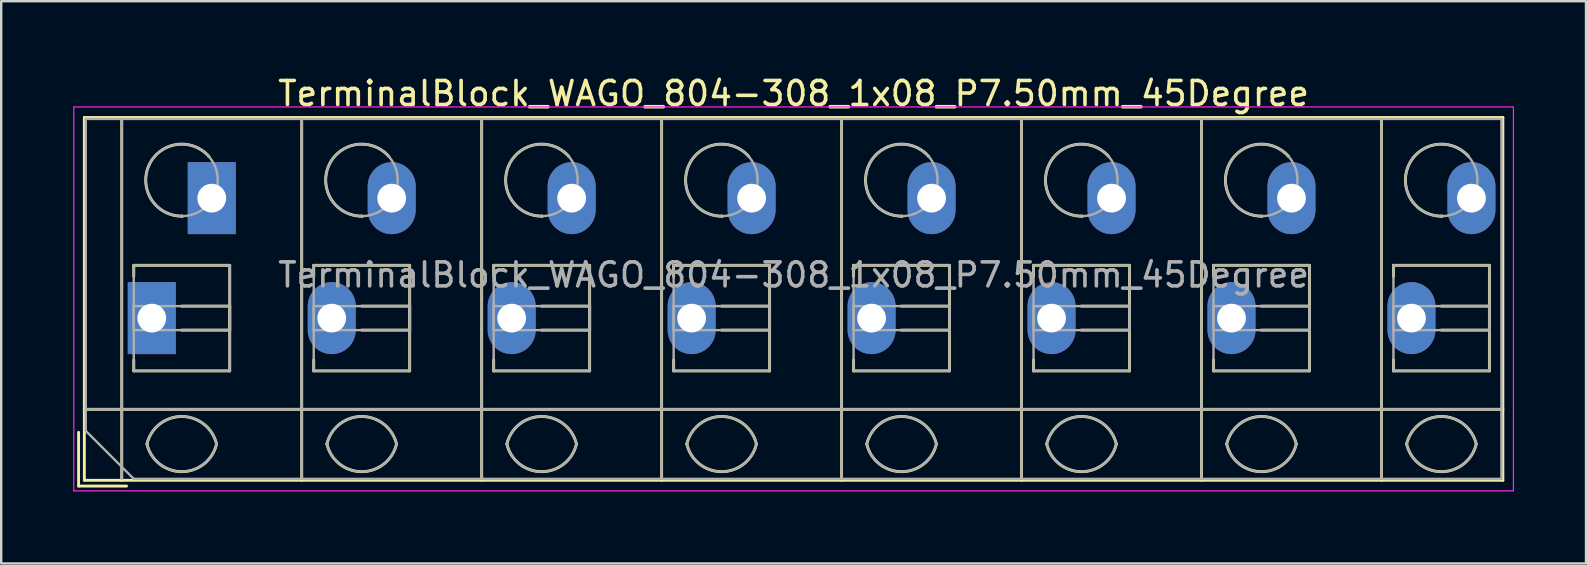
<source format=kicad_pcb>
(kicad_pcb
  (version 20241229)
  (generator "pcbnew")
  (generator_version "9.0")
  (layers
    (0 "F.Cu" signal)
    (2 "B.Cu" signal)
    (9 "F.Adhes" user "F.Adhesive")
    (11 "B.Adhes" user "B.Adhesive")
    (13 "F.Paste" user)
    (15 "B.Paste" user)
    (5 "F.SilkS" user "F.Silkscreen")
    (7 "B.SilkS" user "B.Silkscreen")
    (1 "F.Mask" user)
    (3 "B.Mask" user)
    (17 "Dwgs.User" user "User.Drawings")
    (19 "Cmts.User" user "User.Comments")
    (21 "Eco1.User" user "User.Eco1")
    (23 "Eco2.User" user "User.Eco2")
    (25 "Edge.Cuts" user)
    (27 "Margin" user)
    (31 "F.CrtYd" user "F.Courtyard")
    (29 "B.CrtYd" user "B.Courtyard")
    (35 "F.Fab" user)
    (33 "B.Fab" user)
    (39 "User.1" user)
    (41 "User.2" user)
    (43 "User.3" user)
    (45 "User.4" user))
  (footprint "TerminalBlock_WAGO_804-308_1x08_P7.50mm_45Degree"
    (layer "F.Cu")
    (at 3.275 10.208)
    (property "Reference" "TerminalBlock_WAGO_804-308_1x08_P7.50mm_45Degree" (at 26.75 -9.36 0) (layer "F.SilkS") (effects (font (size 1 1) (thickness 0.15))))
    (attr through_hole)
    (fp_line (start -3.05 4.76) (end -3.05 7) (stroke (width 0.12) (type solid)) (layer "F.SilkS"))
    (fp_line (start -3.05 7) (end -1.05 7) (stroke (width 0.12) (type solid)) (layer "F.SilkS"))
    (fp_line (start -2.81 -8.361) (end -2.81 6.76) (stroke (width 0.12) (type solid)) (layer "F.SilkS"))
    (fp_line (start -2.81 -8.361) (end 56.31 -8.361) (stroke (width 0.12) (type solid)) (layer "F.SilkS"))
    (fp_line (start -2.81 3.8) (end 56.31 3.8) (stroke (width 0.12) (type solid)) (layer "F.SilkS"))
    (fp_line (start -2.81 6.76) (end 56.31 6.76) (stroke (width 0.12) (type solid)) (layer "F.SilkS"))
    (fp_line (start -1.25 -8.361) (end -1.25 6.76) (stroke (width 0.12) (type solid)) (layer "F.SilkS"))
    (fp_line (start -0.75 -2.2) (end -0.75 -1.74) (stroke (width 0.12) (type solid)) (layer "F.SilkS"))
    (fp_line (start -0.75 -2.2) (end 3.25 -2.2) (stroke (width 0.12) (type solid)) (layer "F.SilkS"))
    (fp_line (start -0.75 1.74) (end -0.75 2.2) (stroke (width 0.12) (type solid)) (layer "F.SilkS"))
    (fp_line (start -0.75 2.2) (end 3.25 2.2) (stroke (width 0.12) (type solid)) (layer "F.SilkS"))
    (fp_line (start 1.24 -0.5) (end 3.25 -0.5) (stroke (width 0.12) (type solid)) (layer "F.SilkS"))
    (fp_line (start 1.24 0.5) (end 3.25 0.5) (stroke (width 0.12) (type solid)) (layer "F.SilkS"))
    (fp_line (start 3.25 -2.2) (end 3.25 2.2) (stroke (width 0.12) (type solid)) (layer "F.SilkS"))
    (fp_line (start 3.25 -0.5) (end 3.25 0.5) (stroke (width 0.12) (type solid)) (layer "F.SilkS"))
    (fp_line (start 6.25 -8.361) (end 6.25 6.76) (stroke (width 0.12) (type solid)) (layer "F.SilkS"))
    (fp_line (start 6.75 -2.2) (end 6.75 -1.74) (stroke (width 0.12) (type solid)) (layer "F.SilkS"))
    (fp_line (start 6.75 -2.2) (end 10.75 -2.2) (stroke (width 0.12) (type solid)) (layer "F.SilkS"))
    (fp_line (start 6.75 1.74) (end 6.75 2.2) (stroke (width 0.12) (type solid)) (layer "F.SilkS"))
    (fp_line (start 6.75 2.2) (end 10.75 2.2) (stroke (width 0.12) (type solid)) (layer "F.SilkS"))
    (fp_line (start 8.74 -0.5) (end 10.75 -0.5) (stroke (width 0.12) (type solid)) (layer "F.SilkS"))
    (fp_line (start 8.74 0.5) (end 10.75 0.5) (stroke (width 0.12) (type solid)) (layer "F.SilkS"))
    (fp_line (start 10.75 -2.2) (end 10.75 2.2) (stroke (width 0.12) (type solid)) (layer "F.SilkS"))
    (fp_line (start 10.75 -0.5) (end 10.75 0.5) (stroke (width 0.12) (type solid)) (layer "F.SilkS"))
    (fp_line (start 13.75 -8.361) (end 13.75 6.76) (stroke (width 0.12) (type solid)) (layer "F.SilkS"))
    (fp_line (start 14.25 -2.2) (end 14.25 -1.74) (stroke (width 0.12) (type solid)) (layer "F.SilkS"))
    (fp_line (start 14.25 -2.2) (end 18.25 -2.2) (stroke (width 0.12) (type solid)) (layer "F.SilkS"))
    (fp_line (start 14.25 1.74) (end 14.25 2.2) (stroke (width 0.12) (type solid)) (layer "F.SilkS"))
    (fp_line (start 14.25 2.2) (end 18.25 2.2) (stroke (width 0.12) (type solid)) (layer "F.SilkS"))
    (fp_line (start 16.24 -0.5) (end 18.25 -0.5) (stroke (width 0.12) (type solid)) (layer "F.SilkS"))
    (fp_line (start 16.24 0.5) (end 18.25 0.5) (stroke (width 0.12) (type solid)) (layer "F.SilkS"))
    (fp_line (start 18.25 -2.2) (end 18.25 2.2) (stroke (width 0.12) (type solid)) (layer "F.SilkS"))
    (fp_line (start 18.25 -0.5) (end 18.25 0.5) (stroke (width 0.12) (type solid)) (layer "F.SilkS"))
    (fp_line (start 21.25 -8.361) (end 21.25 6.76) (stroke (width 0.12) (type solid)) (layer "F.SilkS"))
    (fp_line (start 21.75 -2.2) (end 21.75 -1.74) (stroke (width 0.12) (type solid)) (layer "F.SilkS"))
    (fp_line (start 21.75 -2.2) (end 25.75 -2.2) (stroke (width 0.12) (type solid)) (layer "F.SilkS"))
    (fp_line (start 21.75 1.74) (end 21.75 2.2) (stroke (width 0.12) (type solid)) (layer "F.SilkS"))
    (fp_line (start 21.75 2.2) (end 25.75 2.2) (stroke (width 0.12) (type solid)) (layer "F.SilkS"))
    (fp_line (start 23.74 -0.5) (end 25.75 -0.5) (stroke (width 0.12) (type solid)) (layer "F.SilkS"))
    (fp_line (start 23.74 0.5) (end 25.75 0.5) (stroke (width 0.12) (type solid)) (layer "F.SilkS"))
    (fp_line (start 25.75 -2.2) (end 25.75 2.2) (stroke (width 0.12) (type solid)) (layer "F.SilkS"))
    (fp_line (start 25.75 -0.5) (end 25.75 0.5) (stroke (width 0.12) (type solid)) (layer "F.SilkS"))
    (fp_line (start 28.75 -8.361) (end 28.75 6.76) (stroke (width 0.12) (type solid)) (layer "F.SilkS"))
    (fp_line (start 29.25 -2.2) (end 29.25 -1.74) (stroke (width 0.12) (type solid)) (layer "F.SilkS"))
    (fp_line (start 29.25 -2.2) (end 33.25 -2.2) (stroke (width 0.12) (type solid)) (layer "F.SilkS"))
    (fp_line (start 29.25 1.74) (end 29.25 2.2) (stroke (width 0.12) (type solid)) (layer "F.SilkS"))
    (fp_line (start 29.25 2.2) (end 33.25 2.2) (stroke (width 0.12) (type solid)) (layer "F.SilkS"))
    (fp_line (start 31.24 -0.5) (end 33.25 -0.5) (stroke (width 0.12) (type solid)) (layer "F.SilkS"))
    (fp_line (start 31.24 0.5) (end 33.25 0.5) (stroke (width 0.12) (type solid)) (layer "F.SilkS"))
    (fp_line (start 33.25 -2.2) (end 33.25 2.2) (stroke (width 0.12) (type solid)) (layer "F.SilkS"))
    (fp_line (start 33.25 -0.5) (end 33.25 0.5) (stroke (width 0.12) (type solid)) (layer "F.SilkS"))
    (fp_line (start 36.25 -8.361) (end 36.25 6.76) (stroke (width 0.12) (type solid)) (layer "F.SilkS"))
    (fp_line (start 36.75 -2.2) (end 36.75 -1.74) (stroke (width 0.12) (type solid)) (layer "F.SilkS"))
    (fp_line (start 36.75 -2.2) (end 40.75 -2.2) (stroke (width 0.12) (type solid)) (layer "F.SilkS"))
    (fp_line (start 36.75 1.74) (end 36.75 2.2) (stroke (width 0.12) (type solid)) (layer "F.SilkS"))
    (fp_line (start 36.75 2.2) (end 40.75 2.2) (stroke (width 0.12) (type solid)) (layer "F.SilkS"))
    (fp_line (start 38.74 -0.5) (end 40.75 -0.5) (stroke (width 0.12) (type solid)) (layer "F.SilkS"))
    (fp_line (start 38.74 0.5) (end 40.75 0.5) (stroke (width 0.12) (type solid)) (layer "F.SilkS"))
    (fp_line (start 40.75 -2.2) (end 40.75 2.2) (stroke (width 0.12) (type solid)) (layer "F.SilkS"))
    (fp_line (start 40.75 -0.5) (end 40.75 0.5) (stroke (width 0.12) (type solid)) (layer "F.SilkS"))
    (fp_line (start 43.75 -8.361) (end 43.75 6.76) (stroke (width 0.12) (type solid)) (layer "F.SilkS"))
    (fp_line (start 44.25 -2.2) (end 44.25 -1.74) (stroke (width 0.12) (type solid)) (layer "F.SilkS"))
    (fp_line (start 44.25 -2.2) (end 48.25 -2.2) (stroke (width 0.12) (type solid)) (layer "F.SilkS"))
    (fp_line (start 44.25 1.74) (end 44.25 2.2) (stroke (width 0.12) (type solid)) (layer "F.SilkS"))
    (fp_line (start 44.25 2.2) (end 48.25 2.2) (stroke (width 0.12) (type solid)) (layer "F.SilkS"))
    (fp_line (start 46.24 -0.5) (end 48.25 -0.5) (stroke (width 0.12) (type solid)) (layer "F.SilkS"))
    (fp_line (start 46.24 0.5) (end 48.25 0.5) (stroke (width 0.12) (type solid)) (layer "F.SilkS"))
    (fp_line (start 48.25 -2.2) (end 48.25 2.2) (stroke (width 0.12) (type solid)) (layer "F.SilkS"))
    (fp_line (start 48.25 -0.5) (end 48.25 0.5) (stroke (width 0.12) (type solid)) (layer "F.SilkS"))
    (fp_line (start 51.25 -8.361) (end 51.25 6.76) (stroke (width 0.12) (type solid)) (layer "F.SilkS"))
    (fp_line (start 51.75 -2.2) (end 51.75 -1.74) (stroke (width 0.12) (type solid)) (layer "F.SilkS"))
    (fp_line (start 51.75 -2.2) (end 55.75 -2.2) (stroke (width 0.12) (type solid)) (layer "F.SilkS"))
    (fp_line (start 51.75 1.74) (end 51.75 2.2) (stroke (width 0.12) (type solid)) (layer "F.SilkS"))
    (fp_line (start 51.75 2.2) (end 55.75 2.2) (stroke (width 0.12) (type solid)) (layer "F.SilkS"))
    (fp_line (start 53.74 -0.5) (end 55.75 -0.5) (stroke (width 0.12) (type solid)) (layer "F.SilkS"))
    (fp_line (start 53.74 0.5) (end 55.75 0.5) (stroke (width 0.12) (type solid)) (layer "F.SilkS"))
    (fp_line (start 55.75 -2.2) (end 55.75 2.2) (stroke (width 0.12) (type solid)) (layer "F.SilkS"))
    (fp_line (start 55.75 -0.5) (end 55.75 0.5) (stroke (width 0.12) (type solid)) (layer "F.SilkS"))
    (fp_line (start 56.31 -8.361) (end 56.31 6.76) (stroke (width 0.12) (type solid)) (layer "F.SilkS"))
    (fp_arc (start -0.200865 5.250424) (mid 1.250296 4.099926) (end 2.701 5.251) (stroke (width 0.12) (type solid)) (layer "F.SilkS"))
    (fp_arc (start 1.276179 -4.250228) (mid 1.26309 -4.250057) (end 1.25 -4.25) (stroke (width 0.12) (type solid)) (layer "F.SilkS"))
    (fp_arc (start 1.276275 -4.248926) (mid -0.121539 -6.360568) (end 2.383 -6.735) (stroke (width 0.12) (type solid)) (layer "F.SilkS"))
    (fp_arc (start 2.7 5.25) (mid 1.250068 6.400101) (end -0.199969 5.250133) (stroke (width 0.12) (type solid)) (layer "F.SilkS"))
    (fp_arc (start 7.299135 5.250424) (mid 8.750296 4.099926) (end 10.201 5.251) (stroke (width 0.12) (type solid)) (layer "F.SilkS"))
    (fp_arc (start 8.776179 -4.250228) (mid 8.76309 -4.250057) (end 8.75 -4.25) (stroke (width 0.12) (type solid)) (layer "F.SilkS"))
    (fp_arc (start 8.776275 -4.248926) (mid 7.378461 -6.360568) (end 9.883 -6.735) (stroke (width 0.12) (type solid)) (layer "F.SilkS"))
    (fp_arc (start 10.2 5.25) (mid 8.750068 6.400101) (end 7.300031 5.250133) (stroke (width 0.12) (type solid)) (layer "F.SilkS"))
    (fp_arc (start 14.799135 5.250424) (mid 16.250296 4.099926) (end 17.701 5.251) (stroke (width 0.12) (type solid)) (layer "F.SilkS"))
    (fp_arc (start 16.276179 -4.250228) (mid 16.26309 -4.250057) (end 16.25 -4.25) (stroke (width 0.12) (type solid)) (layer "F.SilkS"))
    (fp_arc (start 16.276275 -4.248926) (mid 14.878461 -6.360568) (end 17.383 -6.735) (stroke (width 0.12) (type solid)) (layer "F.SilkS"))
    (fp_arc (start 17.7 5.25) (mid 16.250068 6.400101) (end 14.800031 5.250133) (stroke (width 0.12) (type solid)) (layer "F.SilkS"))
    (fp_arc (start 22.299135 5.250424) (mid 23.750296 4.099926) (end 25.201 5.251) (stroke (width 0.12) (type solid)) (layer "F.SilkS"))
    (fp_arc (start 23.776179 -4.250228) (mid 23.76309 -4.250057) (end 23.75 -4.25) (stroke (width 0.12) (type solid)) (layer "F.SilkS"))
    (fp_arc (start 23.776275 -4.248926) (mid 22.378461 -6.360568) (end 24.883 -6.735) (stroke (width 0.12) (type solid)) (layer "F.SilkS"))
    (fp_arc (start 25.2 5.25) (mid 23.750068 6.400101) (end 22.300031 5.250133) (stroke (width 0.12) (type solid)) (layer "F.SilkS"))
    (fp_arc (start 29.799135 5.250424) (mid 31.250296 4.099926) (end 32.701 5.251) (stroke (width 0.12) (type solid)) (layer "F.SilkS"))
    (fp_arc (start 31.276179 -4.250228) (mid 31.26309 -4.250057) (end 31.25 -4.25) (stroke (width 0.12) (type solid)) (layer "F.SilkS"))
    (fp_arc (start 31.276275 -4.248926) (mid 29.878461 -6.360568) (end 32.383 -6.735) (stroke (width 0.12) (type solid)) (layer "F.SilkS"))
    (fp_arc (start 32.701 5.25) (mid 31.250296 6.401074) (end 29.799135 5.250576) (stroke (width 0.12) (type solid)) (layer "F.SilkS"))
    (fp_arc (start 37.299135 5.250424) (mid 38.750296 4.099926) (end 40.201 5.251) (stroke (width 0.12) (type solid)) (layer "F.SilkS"))
    (fp_arc (start 38.776179 -4.250228) (mid 38.76309 -4.250057) (end 38.75 -4.25) (stroke (width 0.12) (type solid)) (layer "F.SilkS"))
    (fp_arc (start 38.776275 -4.248926) (mid 37.378461 -6.360568) (end 39.883 -6.735) (stroke (width 0.12) (type solid)) (layer "F.SilkS"))
    (fp_arc (start 40.2 5.25) (mid 38.750068 6.400101) (end 37.300031 5.250133) (stroke (width 0.12) (type solid)) (layer "F.SilkS"))
    (fp_arc (start 44.799135 5.250424) (mid 46.250296 4.099926) (end 47.701 5.251) (stroke (width 0.12) (type solid)) (layer "F.SilkS"))
    (fp_arc (start 46.276179 -4.250228) (mid 46.26309 -4.250057) (end 46.25 -4.25) (stroke (width 0.12) (type solid)) (layer "F.SilkS"))
    (fp_arc (start 46.276275 -4.248926) (mid 44.878461 -6.360568) (end 47.383 -6.735) (stroke (width 0.12) (type solid)) (layer "F.SilkS"))
    (fp_arc (start 47.7 5.25) (mid 46.250068 6.400101) (end 44.800031 5.250133) (stroke (width 0.12) (type solid)) (layer "F.SilkS"))
    (fp_arc (start 52.299135 5.250424) (mid 53.750296 4.099926) (end 55.201 5.251) (stroke (width 0.12) (type solid)) (layer "F.SilkS"))
    (fp_arc (start 53.776179 -4.250228) (mid 53.76309 -4.250057) (end 53.75 -4.25) (stroke (width 0.12) (type solid)) (layer "F.SilkS"))
    (fp_arc (start 53.776275 -4.248926) (mid 52.378461 -6.360568) (end 54.883 -6.735) (stroke (width 0.12) (type solid)) (layer "F.SilkS"))
    (fp_arc (start 55.2 5.25) (mid 53.750068 6.400101) (end 52.300031 5.250133) (stroke (width 0.12) (type solid)) (layer "F.SilkS"))
    (fp_line (start -3.25 -8.8) (end -3.25 7.2) (stroke (width 0.05) (type solid)) (layer "F.CrtYd"))
    (fp_line (start -3.25 7.2) (end 56.75 7.2) (stroke (width 0.05) (type solid)) (layer "F.CrtYd"))
    (fp_line (start 56.75 -8.8) (end -3.25 -8.8) (stroke (width 0.05) (type solid)) (layer "F.CrtYd"))
    (fp_line (start 56.75 7.2) (end 56.75 -8.8) (stroke (width 0.05) (type solid)) (layer "F.CrtYd"))
    (fp_line (start -2.75 -8.3) (end 56.25 -8.3) (stroke (width 0.1) (type solid)) (layer "F.Fab"))
    (fp_line (start -2.75 3.8) (end 56.25 3.8) (stroke (width 0.1) (type solid)) (layer "F.Fab"))
    (fp_line (start -2.75 4.7) (end -2.75 -8.3) (stroke (width 0.1) (type solid)) (layer "F.Fab"))
    (fp_line (start -1.25 -8.3) (end -1.25 6.7) (stroke (width 0.1) (type solid)) (layer "F.Fab"))
    (fp_line (start -0.75 -2.2) (end -0.75 2.2) (stroke (width 0.1) (type solid)) (layer "F.Fab"))
    (fp_line (start -0.75 -0.5) (end -0.75 0.5) (stroke (width 0.1) (type solid)) (layer "F.Fab"))
    (fp_line (start -0.75 0.5) (end 3.25 0.5) (stroke (width 0.1) (type solid)) (layer "F.Fab"))
    (fp_line (start -0.75 2.2) (end 3.25 2.2) (stroke (width 0.1) (type solid)) (layer "F.Fab"))
    (fp_line (start -0.75 6.7) (end -2.75 4.7) (stroke (width 0.1) (type solid)) (layer "F.Fab"))
    (fp_line (start 3.25 -2.2) (end -0.75 -2.2) (stroke (width 0.1) (type solid)) (layer "F.Fab"))
    (fp_line (start 3.25 -0.5) (end -0.75 -0.5) (stroke (width 0.1) (type solid)) (layer "F.Fab"))
    (fp_line (start 3.25 0.5) (end 3.25 -0.5) (stroke (width 0.1) (type solid)) (layer "F.Fab"))
    (fp_line (start 3.25 2.2) (end 3.25 -2.2) (stroke (width 0.1) (type solid)) (layer "F.Fab"))
    (fp_line (start 6.25 -8.3) (end 6.25 6.7) (stroke (width 0.1) (type solid)) (layer "F.Fab"))
    (fp_line (start 6.75 -2.2) (end 6.75 2.2) (stroke (width 0.1) (type solid)) (layer "F.Fab"))
    (fp_line (start 6.75 -0.5) (end 6.75 0.5) (stroke (width 0.1) (type solid)) (layer "F.Fab"))
    (fp_line (start 6.75 0.5) (end 10.75 0.5) (stroke (width 0.1) (type solid)) (layer "F.Fab"))
    (fp_line (start 6.75 2.2) (end 10.75 2.2) (stroke (width 0.1) (type solid)) (layer "F.Fab"))
    (fp_line (start 10.75 -2.2) (end 6.75 -2.2) (stroke (width 0.1) (type solid)) (layer "F.Fab"))
    (fp_line (start 10.75 -0.5) (end 6.75 -0.5) (stroke (width 0.1) (type solid)) (layer "F.Fab"))
    (fp_line (start 10.75 0.5) (end 10.75 -0.5) (stroke (width 0.1) (type solid)) (layer "F.Fab"))
    (fp_line (start 10.75 2.2) (end 10.75 -2.2) (stroke (width 0.1) (type solid)) (layer "F.Fab"))
    (fp_line (start 13.75 -8.3) (end 13.75 6.7) (stroke (width 0.1) (type solid)) (layer "F.Fab"))
    (fp_line (start 14.25 -2.2) (end 14.25 2.2) (stroke (width 0.1) (type solid)) (layer "F.Fab"))
    (fp_line (start 14.25 -0.5) (end 14.25 0.5) (stroke (width 0.1) (type solid)) (layer "F.Fab"))
    (fp_line (start 14.25 0.5) (end 18.25 0.5) (stroke (width 0.1) (type solid)) (layer "F.Fab"))
    (fp_line (start 14.25 2.2) (end 18.25 2.2) (stroke (width 0.1) (type solid)) (layer "F.Fab"))
    (fp_line (start 18.25 -2.2) (end 14.25 -2.2) (stroke (width 0.1) (type solid)) (layer "F.Fab"))
    (fp_line (start 18.25 -0.5) (end 14.25 -0.5) (stroke (width 0.1) (type solid)) (layer "F.Fab"))
    (fp_line (start 18.25 0.5) (end 18.25 -0.5) (stroke (width 0.1) (type solid)) (layer "F.Fab"))
    (fp_line (start 18.25 2.2) (end 18.25 -2.2) (stroke (width 0.1) (type solid)) (layer "F.Fab"))
    (fp_line (start 21.25 -8.3) (end 21.25 6.7) (stroke (width 0.1) (type solid)) (layer "F.Fab"))
    (fp_line (start 21.75 -2.2) (end 21.75 2.2) (stroke (width 0.1) (type solid)) (layer "F.Fab"))
    (fp_line (start 21.75 -0.5) (end 21.75 0.5) (stroke (width 0.1) (type solid)) (layer "F.Fab"))
    (fp_line (start 21.75 0.5) (end 25.75 0.5) (stroke (width 0.1) (type solid)) (layer "F.Fab"))
    (fp_line (start 21.75 2.2) (end 25.75 2.2) (stroke (width 0.1) (type solid)) (layer "F.Fab"))
    (fp_line (start 25.75 -2.2) (end 21.75 -2.2) (stroke (width 0.1) (type solid)) (layer "F.Fab"))
    (fp_line (start 25.75 -0.5) (end 21.75 -0.5) (stroke (width 0.1) (type solid)) (layer "F.Fab"))
    (fp_line (start 25.75 0.5) (end 25.75 -0.5) (stroke (width 0.1) (type solid)) (layer "F.Fab"))
    (fp_line (start 25.75 2.2) (end 25.75 -2.2) (stroke (width 0.1) (type solid)) (layer "F.Fab"))
    (fp_line (start 28.75 -8.3) (end 28.75 6.7) (stroke (width 0.1) (type solid)) (layer "F.Fab"))
    (fp_line (start 29.25 -2.2) (end 29.25 2.2) (stroke (width 0.1) (type solid)) (layer "F.Fab"))
    (fp_line (start 29.25 -0.5) (end 29.25 0.5) (stroke (width 0.1) (type solid)) (layer "F.Fab"))
    (fp_line (start 29.25 0.5) (end 33.25 0.5) (stroke (width 0.1) (type solid)) (layer "F.Fab"))
    (fp_line (start 29.25 2.2) (end 33.25 2.2) (stroke (width 0.1) (type solid)) (layer "F.Fab"))
    (fp_line (start 33.25 -2.2) (end 29.25 -2.2) (stroke (width 0.1) (type solid)) (layer "F.Fab"))
    (fp_line (start 33.25 -0.5) (end 29.25 -0.5) (stroke (width 0.1) (type solid)) (layer "F.Fab"))
    (fp_line (start 33.25 0.5) (end 33.25 -0.5) (stroke (width 0.1) (type solid)) (layer "F.Fab"))
    (fp_line (start 33.25 2.2) (end 33.25 -2.2) (stroke (width 0.1) (type solid)) (layer "F.Fab"))
    (fp_line (start 36.25 -8.3) (end 36.25 6.7) (stroke (width 0.1) (type solid)) (layer "F.Fab"))
    (fp_line (start 36.75 -2.2) (end 36.75 2.2) (stroke (width 0.1) (type solid)) (layer "F.Fab"))
    (fp_line (start 36.75 -0.5) (end 36.75 0.5) (stroke (width 0.1) (type solid)) (layer "F.Fab"))
    (fp_line (start 36.75 0.5) (end 40.75 0.5) (stroke (width 0.1) (type solid)) (layer "F.Fab"))
    (fp_line (start 36.75 2.2) (end 40.75 2.2) (stroke (width 0.1) (type solid)) (layer "F.Fab"))
    (fp_line (start 40.75 -2.2) (end 36.75 -2.2) (stroke (width 0.1) (type solid)) (layer "F.Fab"))
    (fp_line (start 40.75 -0.5) (end 36.75 -0.5) (stroke (width 0.1) (type solid)) (layer "F.Fab"))
    (fp_line (start 40.75 0.5) (end 40.75 -0.5) (stroke (width 0.1) (type solid)) (layer "F.Fab"))
    (fp_line (start 40.75 2.2) (end 40.75 -2.2) (stroke (width 0.1) (type solid)) (layer "F.Fab"))
    (fp_line (start 43.75 -8.3) (end 43.75 6.7) (stroke (width 0.1) (type solid)) (layer "F.Fab"))
    (fp_line (start 44.25 -2.2) (end 44.25 2.2) (stroke (width 0.1) (type solid)) (layer "F.Fab"))
    (fp_line (start 44.25 -0.5) (end 44.25 0.5) (stroke (width 0.1) (type solid)) (layer "F.Fab"))
    (fp_line (start 44.25 0.5) (end 48.25 0.5) (stroke (width 0.1) (type solid)) (layer "F.Fab"))
    (fp_line (start 44.25 2.2) (end 48.25 2.2) (stroke (width 0.1) (type solid)) (layer "F.Fab"))
    (fp_line (start 48.25 -2.2) (end 44.25 -2.2) (stroke (width 0.1) (type solid)) (layer "F.Fab"))
    (fp_line (start 48.25 -0.5) (end 44.25 -0.5) (stroke (width 0.1) (type solid)) (layer "F.Fab"))
    (fp_line (start 48.25 0.5) (end 48.25 -0.5) (stroke (width 0.1) (type solid)) (layer "F.Fab"))
    (fp_line (start 48.25 2.2) (end 48.25 -2.2) (stroke (width 0.1) (type solid)) (layer "F.Fab"))
    (fp_line (start 51.25 -8.3) (end 51.25 6.7) (stroke (width 0.1) (type solid)) (layer "F.Fab"))
    (fp_line (start 51.75 -2.2) (end 51.75 2.2) (stroke (width 0.1) (type solid)) (layer "F.Fab"))
    (fp_line (start 51.75 -0.5) (end 51.75 0.5) (stroke (width 0.1) (type solid)) (layer "F.Fab"))
    (fp_line (start 51.75 0.5) (end 55.75 0.5) (stroke (width 0.1) (type solid)) (layer "F.Fab"))
    (fp_line (start 51.75 2.2) (end 55.75 2.2) (stroke (width 0.1) (type solid)) (layer "F.Fab"))
    (fp_line (start 55.75 -2.2) (end 51.75 -2.2) (stroke (width 0.1) (type solid)) (layer "F.Fab"))
    (fp_line (start 55.75 -0.5) (end 51.75 -0.5) (stroke (width 0.1) (type solid)) (layer "F.Fab"))
    (fp_line (start 55.75 0.5) (end 55.75 -0.5) (stroke (width 0.1) (type solid)) (layer "F.Fab"))
    (fp_line (start 55.75 2.2) (end 55.75 -2.2) (stroke (width 0.1) (type solid)) (layer "F.Fab"))
    (fp_line (start 56.25 -8.3) (end 56.25 6.7) (stroke (width 0.1) (type solid)) (layer "F.Fab"))
    (fp_line (start 56.25 6.7) (end -0.75 6.7) (stroke (width 0.1) (type solid)) (layer "F.Fab"))
    (fp_arc (start -0.200865 5.250424) (mid 1.250296 4.099926) (end 2.701 5.251) (stroke (width 0.1) (type solid)) (layer "F.Fab"))
    (fp_arc (start 2.7 5.25) (mid 1.250068 6.400101) (end -0.199969 5.250133) (stroke (width 0.1) (type solid)) (layer "F.Fab"))
    (fp_arc (start 7.299135 5.250424) (mid 8.750296 4.099926) (end 10.201 5.251) (stroke (width 0.1) (type solid)) (layer "F.Fab"))
    (fp_arc (start 10.2 5.25) (mid 8.750068 6.400101) (end 7.300031 5.250133) (stroke (width 0.1) (type solid)) (layer "F.Fab"))
    (fp_arc (start 14.799135 5.250424) (mid 16.250296 4.099926) (end 17.701 5.251) (stroke (width 0.1) (type solid)) (layer "F.Fab"))
    (fp_arc (start 17.7 5.25) (mid 16.250068 6.400101) (end 14.800031 5.250133) (stroke (width 0.1) (type solid)) (layer "F.Fab"))
    (fp_arc (start 22.299135 5.250424) (mid 23.750296 4.099926) (end 25.201 5.251) (stroke (width 0.1) (type solid)) (layer "F.Fab"))
    (fp_arc (start 25.2 5.25) (mid 23.750068 6.400101) (end 22.300031 5.250133) (stroke (width 0.1) (type solid)) (layer "F.Fab"))
    (fp_arc (start 29.799135 5.250424) (mid 31.250296 4.099926) (end 32.701 5.251) (stroke (width 0.1) (type solid)) (layer "F.Fab"))
    (fp_arc (start 32.701 5.25) (mid 31.250296 6.401074) (end 29.799135 5.250576) (stroke (width 0.1) (type solid)) (layer "F.Fab"))
    (fp_arc (start 37.299135 5.250424) (mid 38.750296 4.099926) (end 40.201 5.251) (stroke (width 0.1) (type solid)) (layer "F.Fab"))
    (fp_arc (start 40.2 5.25) (mid 38.750068 6.400101) (end 37.300031 5.250133) (stroke (width 0.1) (type solid)) (layer "F.Fab"))
    (fp_arc (start 44.799135 5.250424) (mid 46.250296 4.099926) (end 47.701 5.251) (stroke (width 0.1) (type solid)) (layer "F.Fab"))
    (fp_arc (start 47.7 5.25) (mid 46.250068 6.400101) (end 44.800031 5.250133) (stroke (width 0.1) (type solid)) (layer "F.Fab"))
    (fp_arc (start 52.299135 5.250424) (mid 53.750296 4.099926) (end 55.201 5.251) (stroke (width 0.1) (type solid)) (layer "F.Fab"))
    (fp_arc (start 55.2 5.25) (mid 53.750068 6.400101) (end 52.300031 5.250133) (stroke (width 0.1) (type solid)) (layer "F.Fab"))
    (fp_circle (center 1.25 -5.75) (end 2.75 -5.75) (stroke (width 0.1) (type solid)) (fill no) (layer "F.Fab"))
    (fp_circle (center 8.75 -5.75) (end 10.25 -5.75) (stroke (width 0.1) (type solid)) (fill no) (layer "F.Fab"))
    (fp_circle (center 16.25 -5.75) (end 17.75 -5.75) (stroke (width 0.1) (type solid)) (fill no) (layer "F.Fab"))
    (fp_circle (center 23.75 -5.75) (end 25.25 -5.75) (stroke (width 0.1) (type solid)) (fill no) (layer "F.Fab"))
    (fp_circle (center 31.25 -5.75) (end 32.75 -5.75) (stroke (width 0.1) (type solid)) (fill no) (layer "F.Fab"))
    (fp_circle (center 38.75 -5.75) (end 40.25 -5.75) (stroke (width 0.1) (type solid)) (fill no) (layer "F.Fab"))
    (fp_circle (center 46.25 -5.75) (end 47.75 -5.75) (stroke (width 0.1) (type solid)) (fill no) (layer "F.Fab"))
    (fp_circle (center 53.75 -5.75) (end 55.25 -5.75) (stroke (width 0.1) (type solid)) (fill no) (layer "F.Fab"))
    (fp_text user "${REFERENCE}" (at 26.75 -1.8 0) (layer "F.Fab") (effects (font (size 1 1) (thickness 0.15))))
    (pad "1" thru_hole rect (at 0 0) (size 2 3) (drill 1.2) (layers "*.Cu" "*.Mask"))
    (pad "1" thru_hole rect (at 2.5 -5) (size 2 3) (drill 1.2) (layers "*.Cu" "*.Mask"))
    (pad "2" thru_hole oval (at 7.5 0) (size 2 3) (drill 1.2) (layers "*.Cu" "*.Mask"))
    (pad "2" thru_hole oval (at 10 -5) (size 2 3) (drill 1.2) (layers "*.Cu" "*.Mask"))
    (pad "3" thru_hole oval (at 15 0) (size 2 3) (drill 1.2) (layers "*.Cu" "*.Mask"))
    (pad "3" thru_hole oval (at 17.5 -5) (size 2 3) (drill 1.2) (layers "*.Cu" "*.Mask"))
    (pad "4" thru_hole oval (at 22.5 0) (size 2 3) (drill 1.2) (layers "*.Cu" "*.Mask"))
    (pad "4" thru_hole oval (at 25 -5) (size 2 3) (drill 1.2) (layers "*.Cu" "*.Mask"))
    (pad "5" thru_hole oval (at 30 0) (size 2 3) (drill 1.2) (layers "*.Cu" "*.Mask"))
    (pad "5" thru_hole oval (at 32.5 -5) (size 2 3) (drill 1.2) (layers "*.Cu" "*.Mask"))
    (pad "6" thru_hole oval (at 37.5 0) (size 2 3) (drill 1.2) (layers "*.Cu" "*.Mask"))
    (pad "6" thru_hole oval (at 40 -5) (size 2 3) (drill 1.2) (layers "*.Cu" "*.Mask"))
    (pad "7" thru_hole oval (at 45 0) (size 2 3) (drill 1.2) (layers "*.Cu" "*.Mask"))
    (pad "7" thru_hole oval (at 47.5 -5) (size 2 3) (drill 1.2) (layers "*.Cu" "*.Mask"))
    (pad "8" thru_hole oval (at 52.5 0) (size 2 3) (drill 1.2) (layers "*.Cu" "*.Mask"))
    (pad "8" thru_hole oval (at 55 -5) (size 2 3) (drill 1.2) (layers "*.Cu" "*.Mask")))
  (gr_rect
    (start -3 -3)
    (end 63.05 20.433)
    (stroke (width 0.1) (type default))
    (fill no)
    (layer "Edge.Cuts")))
</source>
